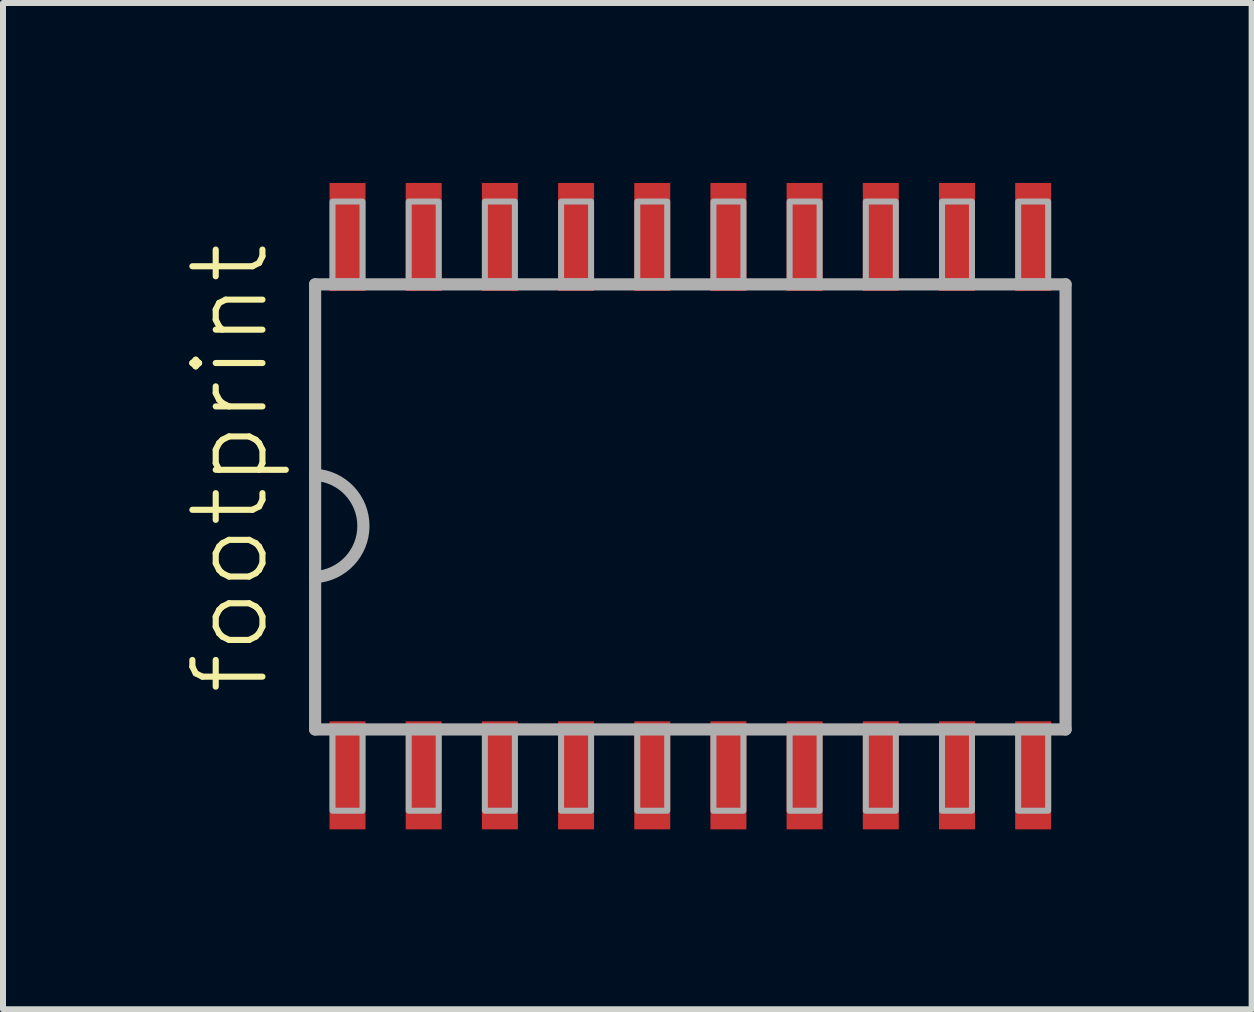
<source format=kicad_pcb>
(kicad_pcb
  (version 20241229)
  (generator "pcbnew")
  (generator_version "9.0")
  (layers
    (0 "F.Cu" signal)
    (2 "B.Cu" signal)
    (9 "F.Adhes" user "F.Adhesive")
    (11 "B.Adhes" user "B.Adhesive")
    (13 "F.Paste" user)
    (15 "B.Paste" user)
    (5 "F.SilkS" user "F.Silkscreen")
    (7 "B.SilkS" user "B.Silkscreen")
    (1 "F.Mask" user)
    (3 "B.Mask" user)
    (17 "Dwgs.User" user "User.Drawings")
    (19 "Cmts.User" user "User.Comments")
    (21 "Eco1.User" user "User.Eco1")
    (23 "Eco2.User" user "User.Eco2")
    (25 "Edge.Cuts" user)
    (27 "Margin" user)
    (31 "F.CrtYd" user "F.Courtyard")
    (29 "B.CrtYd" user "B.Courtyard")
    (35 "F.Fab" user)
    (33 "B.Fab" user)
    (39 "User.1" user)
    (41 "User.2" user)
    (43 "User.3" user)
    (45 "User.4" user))
  (footprint "footprint"
    (layer "F.Cu")
    (at 8.458 5.4)
    (property "Reference" "footprint" (at -6.985 3.175 90) (layer "F.SilkS") (effects (font (size 1.168 1.168) (thickness 0.102)) (justify left bottom)))
    (fp_line (start -6.255 -3.71) (end 6.255 -3.71) (stroke (width 0.203) (type solid)) (layer "F.Fab"))
    (fp_line (start -6.255 -0.535) (end -6.255 -3.71) (stroke (width 0.203) (type solid)) (layer "F.Fab"))
    (fp_line (start -6.255 1.17) (end -6.255 -0.535) (stroke (width 0.203) (type solid)) (layer "F.Fab"))
    (fp_line (start -6.255 3.71) (end -6.255 1.17) (stroke (width 0.203) (type solid)) (layer "F.Fab"))
    (fp_line (start 6.255 -3.71) (end 6.255 3.71) (stroke (width 0.203) (type solid)) (layer "F.Fab"))
    (fp_line (start 6.255 3.71) (end -6.255 3.71) (stroke (width 0.203) (type solid)) (layer "F.Fab"))
    (fp_arc (start -6.255 -0.535) (mid -5.44981 0.3175) (end -6.255 1.17) (stroke (width 0.2032) (type solid)) (layer "F.Fab"))
    (fp_poly (pts (xy -5.965 -3.76) (xy -5.465 -3.76) (xy -5.465 -5.09) (xy -5.965 -5.09)) (stroke (width 0.1) (type solid)) (fill no) (layer "F.Fab"))
    (fp_poly (pts (xy -5.965 5.065) (xy -5.465 5.065) (xy -5.465 3.735) (xy -5.965 3.735)) (stroke (width 0.1) (type solid)) (fill no) (layer "F.Fab"))
    (fp_poly (pts (xy -4.695 -3.76) (xy -4.195 -3.76) (xy -4.195 -5.09) (xy -4.695 -5.09)) (stroke (width 0.1) (type solid)) (fill no) (layer "F.Fab"))
    (fp_poly (pts (xy -4.695 5.065) (xy -4.195 5.065) (xy -4.195 3.735) (xy -4.695 3.735)) (stroke (width 0.1) (type solid)) (fill no) (layer "F.Fab"))
    (fp_poly (pts (xy -3.425 -3.76) (xy -2.925 -3.76) (xy -2.925 -5.09) (xy -3.425 -5.09)) (stroke (width 0.1) (type solid)) (fill no) (layer "F.Fab"))
    (fp_poly (pts (xy -3.425 5.065) (xy -2.925 5.065) (xy -2.925 3.735) (xy -3.425 3.735)) (stroke (width 0.1) (type solid)) (fill no) (layer "F.Fab"))
    (fp_poly (pts (xy -2.155 -3.76) (xy -1.655 -3.76) (xy -1.655 -5.09) (xy -2.155 -5.09)) (stroke (width 0.1) (type solid)) (fill no) (layer "F.Fab"))
    (fp_poly (pts (xy -2.155 5.065) (xy -1.655 5.065) (xy -1.655 3.735) (xy -2.155 3.735)) (stroke (width 0.1) (type solid)) (fill no) (layer "F.Fab"))
    (fp_poly (pts (xy -0.885 -3.76) (xy -0.385 -3.76) (xy -0.385 -5.09) (xy -0.885 -5.09)) (stroke (width 0.1) (type solid)) (fill no) (layer "F.Fab"))
    (fp_poly (pts (xy -0.885 5.065) (xy -0.385 5.065) (xy -0.385 3.735) (xy -0.885 3.735)) (stroke (width 0.1) (type solid)) (fill no) (layer "F.Fab"))
    (fp_poly (pts (xy 0.385 -3.76) (xy 0.885 -3.76) (xy 0.885 -5.09) (xy 0.385 -5.09)) (stroke (width 0.1) (type solid)) (fill no) (layer "F.Fab"))
    (fp_poly (pts (xy 0.385 5.065) (xy 0.885 5.065) (xy 0.885 3.735) (xy 0.385 3.735)) (stroke (width 0.1) (type solid)) (fill no) (layer "F.Fab"))
    (fp_poly (pts (xy 1.655 -3.76) (xy 2.155 -3.76) (xy 2.155 -5.09) (xy 1.655 -5.09)) (stroke (width 0.1) (type solid)) (fill no) (layer "F.Fab"))
    (fp_poly (pts (xy 1.655 5.065) (xy 2.155 5.065) (xy 2.155 3.735) (xy 1.655 3.735)) (stroke (width 0.1) (type solid)) (fill no) (layer "F.Fab"))
    (fp_poly (pts (xy 2.925 -3.76) (xy 3.425 -3.76) (xy 3.425 -5.09) (xy 2.925 -5.09)) (stroke (width 0.1) (type solid)) (fill no) (layer "F.Fab"))
    (fp_poly (pts (xy 2.925 5.065) (xy 3.425 5.065) (xy 3.425 3.735) (xy 2.925 3.735)) (stroke (width 0.1) (type solid)) (fill no) (layer "F.Fab"))
    (fp_poly (pts (xy 4.195 -3.76) (xy 4.695 -3.76) (xy 4.695 -5.09) (xy 4.195 -5.09)) (stroke (width 0.1) (type solid)) (fill no) (layer "F.Fab"))
    (fp_poly (pts (xy 4.195 5.065) (xy 4.695 5.065) (xy 4.695 3.735) (xy 4.195 3.735)) (stroke (width 0.1) (type solid)) (fill no) (layer "F.Fab"))
    (fp_poly (pts (xy 5.465 -3.76) (xy 5.965 -3.76) (xy 5.965 -5.09) (xy 5.465 -5.09)) (stroke (width 0.1) (type solid)) (fill no) (layer "F.Fab"))
    (fp_poly (pts (xy 5.465 5.065) (xy 5.965 5.065) (xy 5.965 3.735) (xy 5.465 3.735)) (stroke (width 0.1) (type solid)) (fill no) (layer "F.Fab"))
    (pad "1" smd rect (at -5.715 4.475) (size 0.6 1.8) (layers "F.Cu" "F.Mask" "F.Paste"))
    (pad "2" smd rect (at -4.445 4.475) (size 0.6 1.8) (layers "F.Cu" "F.Mask" "F.Paste"))
    (pad "3" smd rect (at -3.175 4.475) (size 0.6 1.8) (layers "F.Cu" "F.Mask" "F.Paste"))
    (pad "4" smd rect (at -1.905 4.475) (size 0.6 1.8) (layers "F.Cu" "F.Mask" "F.Paste"))
    (pad "5" smd rect (at -0.635 4.475) (size 0.6 1.8) (layers "F.Cu" "F.Mask" "F.Paste"))
    (pad "6" smd rect (at 0.635 4.475) (size 0.6 1.8) (layers "F.Cu" "F.Mask" "F.Paste"))
    (pad "7" smd rect (at 1.905 4.475) (size 0.6 1.8) (layers "F.Cu" "F.Mask" "F.Paste"))
    (pad "8" smd rect (at 3.175 4.475) (size 0.6 1.8) (layers "F.Cu" "F.Mask" "F.Paste"))
    (pad "9" smd rect (at 4.445 4.475) (size 0.6 1.8) (layers "F.Cu" "F.Mask" "F.Paste"))
    (pad "10" smd rect (at 5.715 4.475) (size 0.6 1.8) (layers "F.Cu" "F.Mask" "F.Paste"))
    (pad "11" smd rect (at 5.715 -4.5) (size 0.6 1.8) (layers "F.Cu" "F.Mask" "F.Paste"))
    (pad "12" smd rect (at 4.445 -4.5) (size 0.6 1.8) (layers "F.Cu" "F.Mask" "F.Paste"))
    (pad "13" smd rect (at 3.175 -4.5) (size 0.6 1.8) (layers "F.Cu" "F.Mask" "F.Paste"))
    (pad "14" smd rect (at 1.905 -4.5) (size 0.6 1.8) (layers "F.Cu" "F.Mask" "F.Paste"))
    (pad "15" smd rect (at 0.635 -4.5) (size 0.6 1.8) (layers "F.Cu" "F.Mask" "F.Paste"))
    (pad "16" smd rect (at -0.635 -4.5) (size 0.6 1.8) (layers "F.Cu" "F.Mask" "F.Paste"))
    (pad "17" smd rect (at -1.905 -4.5) (size 0.6 1.8) (layers "F.Cu" "F.Mask" "F.Paste"))
    (pad "18" smd rect (at -3.175 -4.5) (size 0.6 1.8) (layers "F.Cu" "F.Mask" "F.Paste"))
    (pad "19" smd rect (at -4.445 -4.5) (size 0.6 1.8) (layers "F.Cu" "F.Mask" "F.Paste"))
    (pad "20" smd rect (at -5.715 -4.5) (size 0.6 1.8) (layers "F.Cu" "F.Mask" "F.Paste")))
  (gr_rect
    (start -3 -3)
    (end 17.815 13.775)
    (stroke (width 0.1) (type default))
    (fill no)
    (layer "Edge.Cuts")))
</source>
